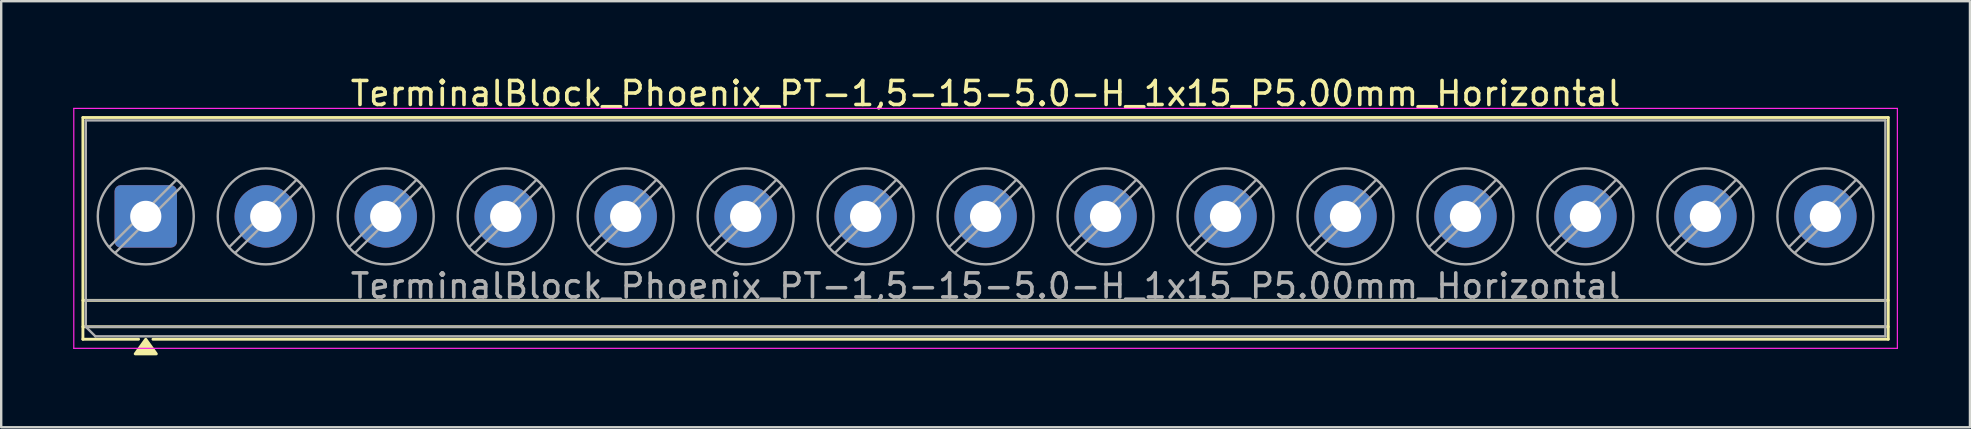
<source format=kicad_pcb>
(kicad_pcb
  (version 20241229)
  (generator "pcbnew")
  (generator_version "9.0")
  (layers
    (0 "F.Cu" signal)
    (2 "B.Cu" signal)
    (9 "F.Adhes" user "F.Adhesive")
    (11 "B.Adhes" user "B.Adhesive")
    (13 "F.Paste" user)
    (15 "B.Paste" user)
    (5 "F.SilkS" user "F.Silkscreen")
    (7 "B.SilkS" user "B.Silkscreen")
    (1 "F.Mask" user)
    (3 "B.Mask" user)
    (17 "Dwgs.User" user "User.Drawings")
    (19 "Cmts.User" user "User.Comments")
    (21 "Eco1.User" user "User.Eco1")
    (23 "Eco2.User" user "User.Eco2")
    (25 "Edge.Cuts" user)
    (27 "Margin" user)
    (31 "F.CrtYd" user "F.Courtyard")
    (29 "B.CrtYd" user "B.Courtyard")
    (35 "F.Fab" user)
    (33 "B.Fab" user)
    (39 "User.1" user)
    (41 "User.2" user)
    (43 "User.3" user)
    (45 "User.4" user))
  (footprint "TerminalBlock_Phoenix_PT-1,5-15-5.0-H_1x15_P5.00mm_Horizontal"
    (layer "F.Cu")
    (at 3.025 5.968)
    (property "Reference" "TerminalBlock_Phoenix_PT-1,5-15-5.0-H_1x15_P5.00mm_Horizontal" (at 35 -5.12 0) (layer "F.SilkS") (effects (font (size 1 1) (thickness 0.15))))
    (attr through_hole)
    (fp_line (start -2.62 -4.12) (end -2.62 5.12) (stroke (width 0.12) (type solid)) (layer "F.SilkS"))
    (fp_line (start -2.62 -4.12) (end 72.62 -4.12) (stroke (width 0.12) (type solid)) (layer "F.SilkS"))
    (fp_line (start -2.62 3.5) (end 72.62 3.5) (stroke (width 0.12) (type solid)) (layer "F.SilkS"))
    (fp_line (start -2.62 4.6) (end 72.62 4.6) (stroke (width 0.12) (type solid)) (layer "F.SilkS"))
    (fp_line (start -2.62 5.12) (end -0.3 5.12) (stroke (width 0.12) (type solid)) (layer "F.SilkS"))
    (fp_line (start 0.3 5.12) (end 72.62 5.12) (stroke (width 0.12) (type solid)) (layer "F.SilkS"))
    (fp_line (start 72.62 -4.12) (end 72.62 5.12) (stroke (width 0.12) (type solid)) (layer "F.SilkS"))
    (fp_poly (pts (xy 0 5.12) (xy 0.44 5.73) (xy -0.44 5.73)) (stroke (width 0.12) (type solid)) (fill yes) (layer "F.SilkS"))
    (fp_line (start -3 -4.5) (end -3 5.5) (stroke (width 0.05) (type solid)) (layer "F.CrtYd"))
    (fp_line (start -3 5.5) (end 73 5.5) (stroke (width 0.05) (type solid)) (layer "F.CrtYd"))
    (fp_line (start 73 -4.5) (end -3 -4.5) (stroke (width 0.05) (type solid)) (layer "F.CrtYd"))
    (fp_line (start 73 5.5) (end 73 -4.5) (stroke (width 0.05) (type solid)) (layer "F.CrtYd"))
    (fp_line (start -2.5 -4) (end 72.5 -4) (stroke (width 0.1) (type solid)) (layer "F.Fab"))
    (fp_line (start -2.5 3.5) (end 72.5 3.5) (stroke (width 0.1) (type solid)) (layer "F.Fab"))
    (fp_line (start -2.5 4.6) (end -2.5 -4) (stroke (width 0.1) (type solid)) (layer "F.Fab"))
    (fp_line (start -2.5 4.6) (end 72.5 4.6) (stroke (width 0.1) (type solid)) (layer "F.Fab"))
    (fp_line (start -2.1 5) (end -2.5 4.6) (stroke (width 0.1) (type solid)) (layer "F.Fab"))
    (fp_line (start 1.273 -1.517) (end -1.517 1.273) (stroke (width 0.1) (type solid)) (layer "F.Fab"))
    (fp_line (start 1.517 -1.273) (end -1.273 1.517) (stroke (width 0.1) (type solid)) (layer "F.Fab"))
    (fp_line (start 6.273 -1.517) (end 3.483 1.273) (stroke (width 0.1) (type solid)) (layer "F.Fab"))
    (fp_line (start 6.517 -1.273) (end 3.727 1.517) (stroke (width 0.1) (type solid)) (layer "F.Fab"))
    (fp_line (start 11.273 -1.517) (end 8.483 1.273) (stroke (width 0.1) (type solid)) (layer "F.Fab"))
    (fp_line (start 11.517 -1.273) (end 8.727 1.517) (stroke (width 0.1) (type solid)) (layer "F.Fab"))
    (fp_line (start 16.273 -1.517) (end 13.483 1.273) (stroke (width 0.1) (type solid)) (layer "F.Fab"))
    (fp_line (start 16.517 -1.273) (end 13.727 1.517) (stroke (width 0.1) (type solid)) (layer "F.Fab"))
    (fp_line (start 21.273 -1.517) (end 18.483 1.273) (stroke (width 0.1) (type solid)) (layer "F.Fab"))
    (fp_line (start 21.517 -1.273) (end 18.727 1.517) (stroke (width 0.1) (type solid)) (layer "F.Fab"))
    (fp_line (start 26.273 -1.517) (end 23.483 1.273) (stroke (width 0.1) (type solid)) (layer "F.Fab"))
    (fp_line (start 26.517 -1.273) (end 23.727 1.517) (stroke (width 0.1) (type solid)) (layer "F.Fab"))
    (fp_line (start 31.273 -1.517) (end 28.483 1.273) (stroke (width 0.1) (type solid)) (layer "F.Fab"))
    (fp_line (start 31.517 -1.273) (end 28.727 1.517) (stroke (width 0.1) (type solid)) (layer "F.Fab"))
    (fp_line (start 36.273 -1.517) (end 33.483 1.273) (stroke (width 0.1) (type solid)) (layer "F.Fab"))
    (fp_line (start 36.517 -1.273) (end 33.727 1.517) (stroke (width 0.1) (type solid)) (layer "F.Fab"))
    (fp_line (start 41.273 -1.517) (end 38.483 1.273) (stroke (width 0.1) (type solid)) (layer "F.Fab"))
    (fp_line (start 41.517 -1.273) (end 38.727 1.517) (stroke (width 0.1) (type solid)) (layer "F.Fab"))
    (fp_line (start 46.273 -1.517) (end 43.483 1.273) (stroke (width 0.1) (type solid)) (layer "F.Fab"))
    (fp_line (start 46.517 -1.273) (end 43.727 1.517) (stroke (width 0.1) (type solid)) (layer "F.Fab"))
    (fp_line (start 51.273 -1.517) (end 48.483 1.273) (stroke (width 0.1) (type solid)) (layer "F.Fab"))
    (fp_line (start 51.517 -1.273) (end 48.727 1.517) (stroke (width 0.1) (type solid)) (layer "F.Fab"))
    (fp_line (start 56.273 -1.517) (end 53.483 1.273) (stroke (width 0.1) (type solid)) (layer "F.Fab"))
    (fp_line (start 56.517 -1.273) (end 53.727 1.517) (stroke (width 0.1) (type solid)) (layer "F.Fab"))
    (fp_line (start 61.273 -1.517) (end 58.483 1.273) (stroke (width 0.1) (type solid)) (layer "F.Fab"))
    (fp_line (start 61.517 -1.273) (end 58.727 1.517) (stroke (width 0.1) (type solid)) (layer "F.Fab"))
    (fp_line (start 66.273 -1.517) (end 63.483 1.273) (stroke (width 0.1) (type solid)) (layer "F.Fab"))
    (fp_line (start 66.517 -1.273) (end 63.727 1.517) (stroke (width 0.1) (type solid)) (layer "F.Fab"))
    (fp_line (start 71.273 -1.517) (end 68.483 1.273) (stroke (width 0.1) (type solid)) (layer "F.Fab"))
    (fp_line (start 71.517 -1.273) (end 68.727 1.517) (stroke (width 0.1) (type solid)) (layer "F.Fab"))
    (fp_line (start 72.5 -4) (end 72.5 5) (stroke (width 0.1) (type solid)) (layer "F.Fab"))
    (fp_line (start 72.5 5) (end -2.1 5) (stroke (width 0.1) (type solid)) (layer "F.Fab"))
    (fp_circle (center 0 0) (end 2 0) (stroke (width 0.1) (type solid)) (fill no) (layer "F.Fab"))
    (fp_circle (center 5 0) (end 7 0) (stroke (width 0.1) (type solid)) (fill no) (layer "F.Fab"))
    (fp_circle (center 10 0) (end 12 0) (stroke (width 0.1) (type solid)) (fill no) (layer "F.Fab"))
    (fp_circle (center 15 0) (end 17 0) (stroke (width 0.1) (type solid)) (fill no) (layer "F.Fab"))
    (fp_circle (center 20 0) (end 22 0) (stroke (width 0.1) (type solid)) (fill no) (layer "F.Fab"))
    (fp_circle (center 25 0) (end 27 0) (stroke (width 0.1) (type solid)) (fill no) (layer "F.Fab"))
    (fp_circle (center 30 0) (end 32 0) (stroke (width 0.1) (type solid)) (fill no) (layer "F.Fab"))
    (fp_circle (center 35 0) (end 37 0) (stroke (width 0.1) (type solid)) (fill no) (layer "F.Fab"))
    (fp_circle (center 40 0) (end 42 0) (stroke (width 0.1) (type solid)) (fill no) (layer "F.Fab"))
    (fp_circle (center 45 0) (end 47 0) (stroke (width 0.1) (type solid)) (fill no) (layer "F.Fab"))
    (fp_circle (center 50 0) (end 52 0) (stroke (width 0.1) (type solid)) (fill no) (layer "F.Fab"))
    (fp_circle (center 55 0) (end 57 0) (stroke (width 0.1) (type solid)) (fill no) (layer "F.Fab"))
    (fp_circle (center 60 0) (end 62 0) (stroke (width 0.1) (type solid)) (fill no) (layer "F.Fab"))
    (fp_circle (center 65 0) (end 67 0) (stroke (width 0.1) (type solid)) (fill no) (layer "F.Fab"))
    (fp_circle (center 70 0) (end 72 0) (stroke (width 0.1) (type solid)) (fill no) (layer "F.Fab"))
    (fp_text user "${REFERENCE}" (at 35 2.9 0) (layer "F.Fab") (effects (font (size 1 1) (thickness 0.15))))
    (pad "1" thru_hole roundrect (at 0 0) (size 2.6 2.6) (drill 1.3) (layers "*.Cu" "*.Mask") (roundrect_rratio 0.096))
    (pad "2" thru_hole circle (at 5 0) (size 2.6 2.6) (drill 1.3) (layers "*.Cu" "*.Mask"))
    (pad "3" thru_hole circle (at 10 0) (size 2.6 2.6) (drill 1.3) (layers "*.Cu" "*.Mask"))
    (pad "4" thru_hole circle (at 15 0) (size 2.6 2.6) (drill 1.3) (layers "*.Cu" "*.Mask"))
    (pad "5" thru_hole circle (at 20 0) (size 2.6 2.6) (drill 1.3) (layers "*.Cu" "*.Mask"))
    (pad "6" thru_hole circle (at 25 0) (size 2.6 2.6) (drill 1.3) (layers "*.Cu" "*.Mask"))
    (pad "7" thru_hole circle (at 30 0) (size 2.6 2.6) (drill 1.3) (layers "*.Cu" "*.Mask"))
    (pad "8" thru_hole circle (at 35 0) (size 2.6 2.6) (drill 1.3) (layers "*.Cu" "*.Mask"))
    (pad "9" thru_hole circle (at 40 0) (size 2.6 2.6) (drill 1.3) (layers "*.Cu" "*.Mask"))
    (pad "10" thru_hole circle (at 45 0) (size 2.6 2.6) (drill 1.3) (layers "*.Cu" "*.Mask"))
    (pad "11" thru_hole circle (at 50 0) (size 2.6 2.6) (drill 1.3) (layers "*.Cu" "*.Mask"))
    (pad "12" thru_hole circle (at 55 0) (size 2.6 2.6) (drill 1.3) (layers "*.Cu" "*.Mask"))
    (pad "13" thru_hole circle (at 60 0) (size 2.6 2.6) (drill 1.3) (layers "*.Cu" "*.Mask"))
    (pad "14" thru_hole circle (at 65 0) (size 2.6 2.6) (drill 1.3) (layers "*.Cu" "*.Mask"))
    (pad "15" thru_hole circle (at 70 0) (size 2.6 2.6) (drill 1.3) (layers "*.Cu" "*.Mask")))
  (gr_rect
    (start -3 -3)
    (end 79.05 14.758)
    (stroke (width 0.1) (type default))
    (fill no)
    (layer "Edge.Cuts")))
</source>
